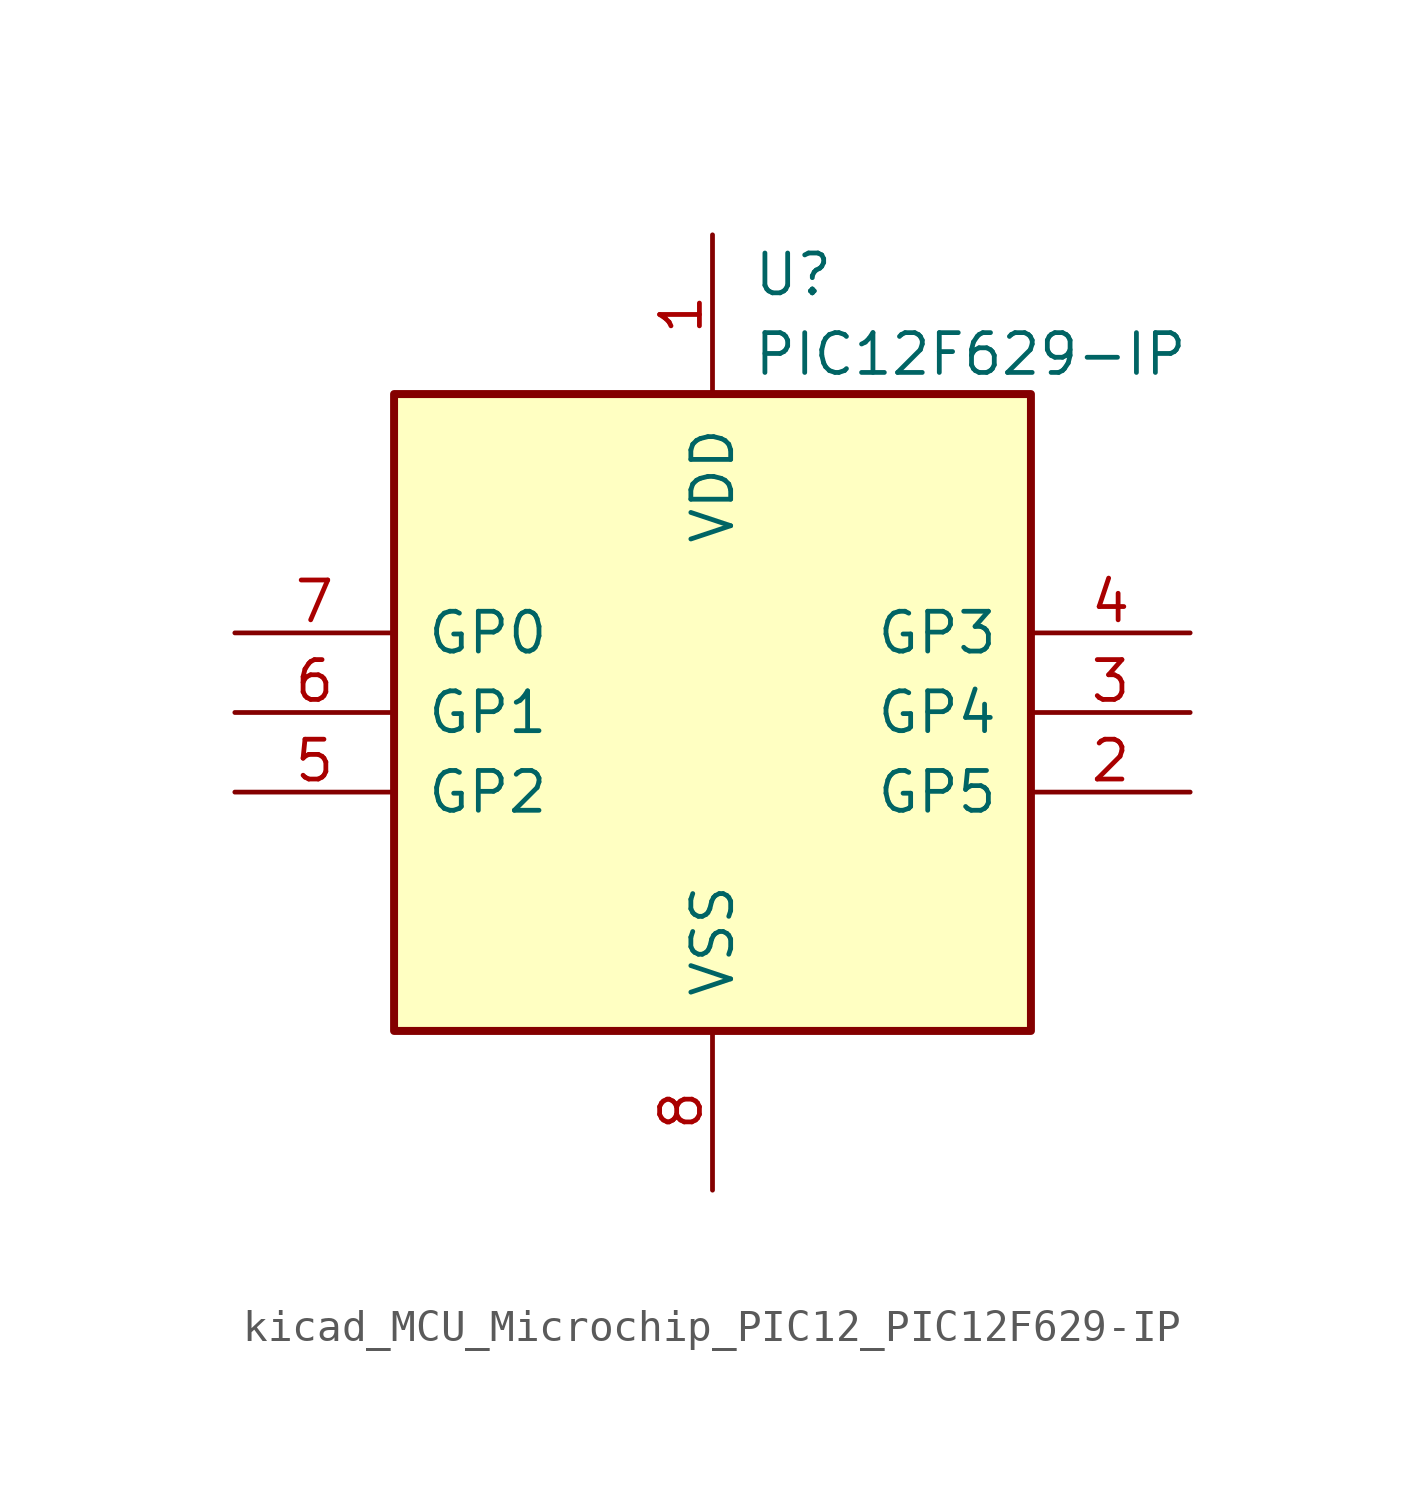
<source format=kicad_sym>
(kicad_symbol_lib
  (version 20220914)
  (generator kicad_symbol_editor)
  (symbol "kicad_MCU_Microchip_PIC12_PIC12F629-IP"
    (pin_names
      (offset 1.016))
    (property "Reference" "U"
      (at 1.27 13.97 0)
      (effects (font (size 1.27 1.27)) (justify left)))
    (property "Value" "PIC12F629-IP"
      (at 1.27 11.43 0)
      (effects (font (size 1.27 1.27)) (justify left)))
    (symbol "kicad_MCU_Microchip_PIC12_PIC12F629-IP_0_1"
      (rectangle (start 10.16 -10.16) (end -10.16 10.16) (stroke (width 0.254) (type default)) (fill (type background))))
    (symbol "kicad_MCU_Microchip_PIC12_PIC12F629-IP_1_1"
      (pin power_in line (at 0 15.24 270) (length 5.08) (name "VDD" (effects (font (size 1.27 1.27)))) (number "1" (effects (font (size 1.27 1.27)))))
      (pin bidirectional line (at 15.24 -2.54 180) (length 5.08) (name "GP5" (effects (font (size 1.27 1.27)))) (number "2" (effects (font (size 1.27 1.27)))))
      (pin bidirectional line (at 15.24 0 180) (length 5.08) (name "GP4" (effects (font (size 1.27 1.27)))) (number "3" (effects (font (size 1.27 1.27)))))
      (pin input line (at 15.24 2.54 180) (length 5.08) (name "GP3" (effects (font (size 1.27 1.27)))) (number "4" (effects (font (size 1.27 1.27)))))
      (pin bidirectional line (at -15.24 -2.54 0) (length 5.08) (name "GP2" (effects (font (size 1.27 1.27)))) (number "5" (effects (font (size 1.27 1.27)))))
      (pin bidirectional line (at -15.24 0 0) (length 5.08) (name "GP1" (effects (font (size 1.27 1.27)))) (number "6" (effects (font (size 1.27 1.27)))))
      (pin bidirectional line (at -15.24 2.54 0) (length 5.08) (name "GP0" (effects (font (size 1.27 1.27)))) (number "7" (effects (font (size 1.27 1.27)))))
      (pin power_in line (at 0 -15.24 90) (length 5.08) (name "VSS" (effects (font (size 1.27 1.27)))) (number "8" (effects (font (size 1.27 1.27))))))))
</source>
